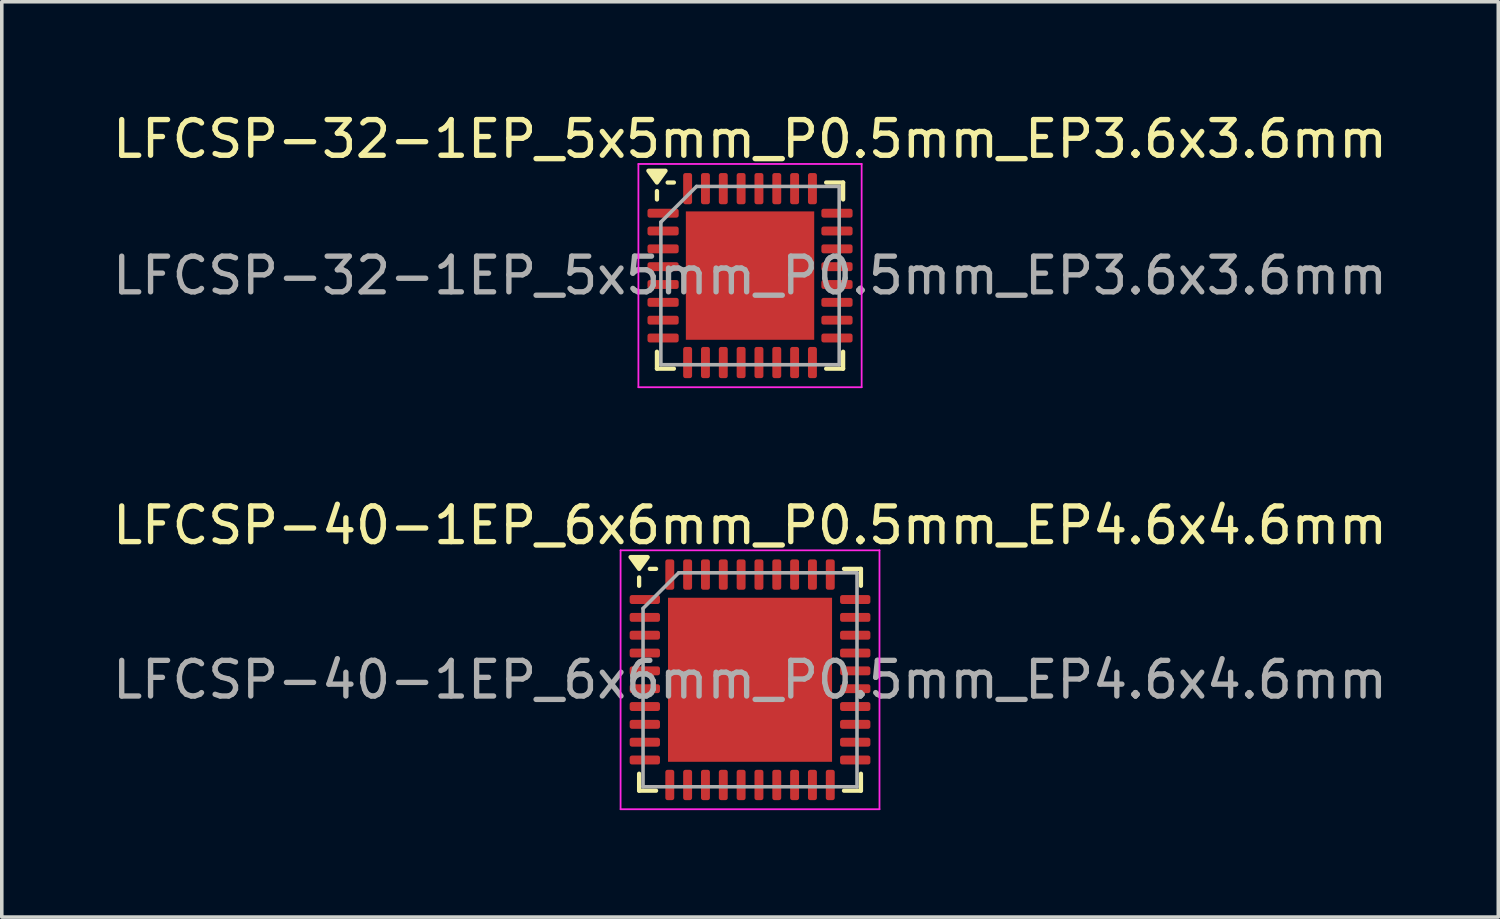
<source format=kicad_pcb>
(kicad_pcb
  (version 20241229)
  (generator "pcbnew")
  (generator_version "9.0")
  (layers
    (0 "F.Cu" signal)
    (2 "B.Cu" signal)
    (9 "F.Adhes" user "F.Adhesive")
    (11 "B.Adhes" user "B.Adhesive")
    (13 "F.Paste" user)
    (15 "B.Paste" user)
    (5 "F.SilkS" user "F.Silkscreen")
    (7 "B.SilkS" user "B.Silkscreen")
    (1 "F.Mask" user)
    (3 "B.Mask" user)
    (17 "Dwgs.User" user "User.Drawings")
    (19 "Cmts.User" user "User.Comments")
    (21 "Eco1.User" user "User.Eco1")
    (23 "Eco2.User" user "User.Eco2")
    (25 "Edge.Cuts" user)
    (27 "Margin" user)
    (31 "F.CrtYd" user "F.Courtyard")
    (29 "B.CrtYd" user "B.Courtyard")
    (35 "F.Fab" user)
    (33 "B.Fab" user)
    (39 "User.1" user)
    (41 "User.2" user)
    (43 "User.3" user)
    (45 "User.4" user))
  (footprint "LFCSP-32-1EP_5x5mm_P0.5mm_EP3.6x3.6mm"
    (layer "F.Cu")
    (at 17.982 4.678)
    (property "Reference" "LFCSP-32-1EP_5x5mm_P0.5mm_EP3.6x3.6mm" (at 0 -3.83 0) (layer "F.SilkS") (effects (font (size 1 1) (thickness 0.15))))
    (attr smd)
    (fp_line (start -2.61 -2.135) (end -2.61 -2.37) (stroke (width 0.12) (type solid)) (layer "F.SilkS"))
    (fp_line (start -2.61 2.61) (end -2.61 2.135) (stroke (width 0.12) (type solid)) (layer "F.SilkS"))
    (fp_line (start -2.135 -2.61) (end -2.31 -2.61) (stroke (width 0.12) (type solid)) (layer "F.SilkS"))
    (fp_line (start -2.135 2.61) (end -2.61 2.61) (stroke (width 0.12) (type solid)) (layer "F.SilkS"))
    (fp_line (start 2.135 -2.61) (end 2.61 -2.61) (stroke (width 0.12) (type solid)) (layer "F.SilkS"))
    (fp_line (start 2.135 2.61) (end 2.61 2.61) (stroke (width 0.12) (type solid)) (layer "F.SilkS"))
    (fp_line (start 2.61 -2.61) (end 2.61 -2.135) (stroke (width 0.12) (type solid)) (layer "F.SilkS"))
    (fp_line (start 2.61 2.61) (end 2.61 2.135) (stroke (width 0.12) (type solid)) (layer "F.SilkS"))
    (fp_poly (pts (xy -2.61 -2.61) (xy -2.85 -2.94) (xy -2.37 -2.94) (xy -2.61 -2.61)) (stroke (width 0.12) (type solid)) (fill yes) (layer "F.SilkS"))
    (fp_line (start -3.13 -3.13) (end -3.13 3.13) (stroke (width 0.05) (type solid)) (layer "F.CrtYd"))
    (fp_line (start -3.13 3.13) (end 3.13 3.13) (stroke (width 0.05) (type solid)) (layer "F.CrtYd"))
    (fp_line (start 3.13 -3.13) (end -3.13 -3.13) (stroke (width 0.05) (type solid)) (layer "F.CrtYd"))
    (fp_line (start 3.13 3.13) (end 3.13 -3.13) (stroke (width 0.05) (type solid)) (layer "F.CrtYd"))
    (fp_line (start -2.5 -1.5) (end -1.5 -2.5) (stroke (width 0.1) (type solid)) (layer "F.Fab"))
    (fp_line (start -2.5 2.5) (end -2.5 -1.5) (stroke (width 0.1) (type solid)) (layer "F.Fab"))
    (fp_line (start -1.5 -2.5) (end 2.5 -2.5) (stroke (width 0.1) (type solid)) (layer "F.Fab"))
    (fp_line (start 2.5 -2.5) (end 2.5 2.5) (stroke (width 0.1) (type solid)) (layer "F.Fab"))
    (fp_line (start 2.5 2.5) (end -2.5 2.5) (stroke (width 0.1) (type solid)) (layer "F.Fab"))
    (fp_text user "${REFERENCE}" (at 0 0 0) (layer "F.Fab") (effects (font (size 1 1) (thickness 0.15))))
    (pad "" smd roundrect (at -0.9 -0.9) (size 1.45 1.45) (layers "F.Paste") (roundrect_rratio 0.172))
    (pad "" smd roundrect (at -0.9 0.9) (size 1.45 1.45) (layers "F.Paste") (roundrect_rratio 0.172))
    (pad "" smd roundrect (at 0.9 -0.9) (size 1.45 1.45) (layers "F.Paste") (roundrect_rratio 0.172))
    (pad "" smd roundrect (at 0.9 0.9) (size 1.45 1.45) (layers "F.Paste") (roundrect_rratio 0.172))
    (pad "1" smd roundrect (at -2.438 -1.75) (size 0.875 0.25) (layers "F.Cu" "F.Mask" "F.Paste") (roundrect_rratio 0.25))
    (pad "2" smd roundrect (at -2.438 -1.25) (size 0.875 0.25) (layers "F.Cu" "F.Mask" "F.Paste") (roundrect_rratio 0.25))
    (pad "3" smd roundrect (at -2.438 -0.75) (size 0.875 0.25) (layers "F.Cu" "F.Mask" "F.Paste") (roundrect_rratio 0.25))
    (pad "4" smd roundrect (at -2.438 -0.25) (size 0.875 0.25) (layers "F.Cu" "F.Mask" "F.Paste") (roundrect_rratio 0.25))
    (pad "5" smd roundrect (at -2.438 0.25) (size 0.875 0.25) (layers "F.Cu" "F.Mask" "F.Paste") (roundrect_rratio 0.25))
    (pad "6" smd roundrect (at -2.438 0.75) (size 0.875 0.25) (layers "F.Cu" "F.Mask" "F.Paste") (roundrect_rratio 0.25))
    (pad "7" smd roundrect (at -2.438 1.25) (size 0.875 0.25) (layers "F.Cu" "F.Mask" "F.Paste") (roundrect_rratio 0.25))
    (pad "8" smd roundrect (at -2.438 1.75) (size 0.875 0.25) (layers "F.Cu" "F.Mask" "F.Paste") (roundrect_rratio 0.25))
    (pad "9" smd roundrect (at -1.75 2.438) (size 0.25 0.875) (layers "F.Cu" "F.Mask" "F.Paste") (roundrect_rratio 0.25))
    (pad "10" smd roundrect (at -1.25 2.438) (size 0.25 0.875) (layers "F.Cu" "F.Mask" "F.Paste") (roundrect_rratio 0.25))
    (pad "11" smd roundrect (at -0.75 2.438) (size 0.25 0.875) (layers "F.Cu" "F.Mask" "F.Paste") (roundrect_rratio 0.25))
    (pad "12" smd roundrect (at -0.25 2.438) (size 0.25 0.875) (layers "F.Cu" "F.Mask" "F.Paste") (roundrect_rratio 0.25))
    (pad "13" smd roundrect (at 0.25 2.438) (size 0.25 0.875) (layers "F.Cu" "F.Mask" "F.Paste") (roundrect_rratio 0.25))
    (pad "14" smd roundrect (at 0.75 2.438) (size 0.25 0.875) (layers "F.Cu" "F.Mask" "F.Paste") (roundrect_rratio 0.25))
    (pad "15" smd roundrect (at 1.25 2.438) (size 0.25 0.875) (layers "F.Cu" "F.Mask" "F.Paste") (roundrect_rratio 0.25))
    (pad "16" smd roundrect (at 1.75 2.438) (size 0.25 0.875) (layers "F.Cu" "F.Mask" "F.Paste") (roundrect_rratio 0.25))
    (pad "17" smd roundrect (at 2.438 1.75) (size 0.875 0.25) (layers "F.Cu" "F.Mask" "F.Paste") (roundrect_rratio 0.25))
    (pad "18" smd roundrect (at 2.438 1.25) (size 0.875 0.25) (layers "F.Cu" "F.Mask" "F.Paste") (roundrect_rratio 0.25))
    (pad "19" smd roundrect (at 2.438 0.75) (size 0.875 0.25) (layers "F.Cu" "F.Mask" "F.Paste") (roundrect_rratio 0.25))
    (pad "20" smd roundrect (at 2.438 0.25) (size 0.875 0.25) (layers "F.Cu" "F.Mask" "F.Paste") (roundrect_rratio 0.25))
    (pad "21" smd roundrect (at 2.438 -0.25) (size 0.875 0.25) (layers "F.Cu" "F.Mask" "F.Paste") (roundrect_rratio 0.25))
    (pad "22" smd roundrect (at 2.438 -0.75) (size 0.875 0.25) (layers "F.Cu" "F.Mask" "F.Paste") (roundrect_rratio 0.25))
    (pad "23" smd roundrect (at 2.438 -1.25) (size 0.875 0.25) (layers "F.Cu" "F.Mask" "F.Paste") (roundrect_rratio 0.25))
    (pad "24" smd roundrect (at 2.438 -1.75) (size 0.875 0.25) (layers "F.Cu" "F.Mask" "F.Paste") (roundrect_rratio 0.25))
    (pad "25" smd roundrect (at 1.75 -2.438) (size 0.25 0.875) (layers "F.Cu" "F.Mask" "F.Paste") (roundrect_rratio 0.25))
    (pad "26" smd roundrect (at 1.25 -2.438) (size 0.25 0.875) (layers "F.Cu" "F.Mask" "F.Paste") (roundrect_rratio 0.25))
    (pad "27" smd roundrect (at 0.75 -2.438) (size 0.25 0.875) (layers "F.Cu" "F.Mask" "F.Paste") (roundrect_rratio 0.25))
    (pad "28" smd roundrect (at 0.25 -2.438) (size 0.25 0.875) (layers "F.Cu" "F.Mask" "F.Paste") (roundrect_rratio 0.25))
    (pad "29" smd roundrect (at -0.25 -2.438) (size 0.25 0.875) (layers "F.Cu" "F.Mask" "F.Paste") (roundrect_rratio 0.25))
    (pad "30" smd roundrect (at -0.75 -2.438) (size 0.25 0.875) (layers "F.Cu" "F.Mask" "F.Paste") (roundrect_rratio 0.25))
    (pad "31" smd roundrect (at -1.25 -2.438) (size 0.25 0.875) (layers "F.Cu" "F.Mask" "F.Paste") (roundrect_rratio 0.25))
    (pad "32" smd roundrect (at -1.75 -2.438) (size 0.25 0.875) (layers "F.Cu" "F.Mask" "F.Paste") (roundrect_rratio 0.25))
    (pad "33" smd rect (at 0 0) (size 3.6 3.6) (property pad_prop_heatsink) (layers "F.Cu" "F.Mask")))
  (footprint "LFCSP-40-1EP_6x6mm_P0.5mm_EP4.6x4.6mm"
    (layer "F.Cu")
    (at 17.982 16.012)
    (property "Reference" "LFCSP-40-1EP_6x6mm_P0.5mm_EP4.6x4.6mm" (at 0 -4.33 0) (layer "F.SilkS") (effects (font (size 1 1) (thickness 0.15))))
    (attr smd)
    (fp_line (start -3.11 -2.635) (end -3.11 -2.87) (stroke (width 0.12) (type solid)) (layer "F.SilkS"))
    (fp_line (start -3.11 3.11) (end -3.11 2.635) (stroke (width 0.12) (type solid)) (layer "F.SilkS"))
    (fp_line (start -2.635 -3.11) (end -2.81 -3.11) (stroke (width 0.12) (type solid)) (layer "F.SilkS"))
    (fp_line (start -2.635 3.11) (end -3.11 3.11) (stroke (width 0.12) (type solid)) (layer "F.SilkS"))
    (fp_line (start 2.635 -3.11) (end 3.11 -3.11) (stroke (width 0.12) (type solid)) (layer "F.SilkS"))
    (fp_line (start 2.635 3.11) (end 3.11 3.11) (stroke (width 0.12) (type solid)) (layer "F.SilkS"))
    (fp_line (start 3.11 -3.11) (end 3.11 -2.635) (stroke (width 0.12) (type solid)) (layer "F.SilkS"))
    (fp_line (start 3.11 3.11) (end 3.11 2.635) (stroke (width 0.12) (type solid)) (layer "F.SilkS"))
    (fp_poly (pts (xy -3.11 -3.11) (xy -3.35 -3.44) (xy -2.87 -3.44) (xy -3.11 -3.11)) (stroke (width 0.12) (type solid)) (fill yes) (layer "F.SilkS"))
    (fp_line (start -3.63 -3.63) (end -3.63 3.63) (stroke (width 0.05) (type solid)) (layer "F.CrtYd"))
    (fp_line (start -3.63 3.63) (end 3.63 3.63) (stroke (width 0.05) (type solid)) (layer "F.CrtYd"))
    (fp_line (start 3.63 -3.63) (end -3.63 -3.63) (stroke (width 0.05) (type solid)) (layer "F.CrtYd"))
    (fp_line (start 3.63 3.63) (end 3.63 -3.63) (stroke (width 0.05) (type solid)) (layer "F.CrtYd"))
    (fp_line (start -3 -2) (end -2 -3) (stroke (width 0.1) (type solid)) (layer "F.Fab"))
    (fp_line (start -3 3) (end -3 -2) (stroke (width 0.1) (type solid)) (layer "F.Fab"))
    (fp_line (start -2 -3) (end 3 -3) (stroke (width 0.1) (type solid)) (layer "F.Fab"))
    (fp_line (start 3 -3) (end 3 3) (stroke (width 0.1) (type solid)) (layer "F.Fab"))
    (fp_line (start 3 3) (end -3 3) (stroke (width 0.1) (type solid)) (layer "F.Fab"))
    (fp_text user "${REFERENCE}" (at 0 0 0) (layer "F.Fab") (effects (font (size 1 1) (thickness 0.15))))
    (pad "" smd roundrect (at -1.15 -1.15) (size 1.85 1.85) (layers "F.Paste") (roundrect_rratio 0.135))
    (pad "" smd roundrect (at -1.15 1.15) (size 1.85 1.85) (layers "F.Paste") (roundrect_rratio 0.135))
    (pad "" smd roundrect (at 1.15 -1.15) (size 1.85 1.85) (layers "F.Paste") (roundrect_rratio 0.135))
    (pad "" smd roundrect (at 1.15 1.15) (size 1.85 1.85) (layers "F.Paste") (roundrect_rratio 0.135))
    (pad "1" smd roundrect (at -2.95 -2.25) (size 0.85 0.25) (layers "F.Cu" "F.Mask" "F.Paste") (roundrect_rratio 0.25))
    (pad "2" smd roundrect (at -2.95 -1.75) (size 0.85 0.25) (layers "F.Cu" "F.Mask" "F.Paste") (roundrect_rratio 0.25))
    (pad "3" smd roundrect (at -2.95 -1.25) (size 0.85 0.25) (layers "F.Cu" "F.Mask" "F.Paste") (roundrect_rratio 0.25))
    (pad "4" smd roundrect (at -2.95 -0.75) (size 0.85 0.25) (layers "F.Cu" "F.Mask" "F.Paste") (roundrect_rratio 0.25))
    (pad "5" smd roundrect (at -2.95 -0.25) (size 0.85 0.25) (layers "F.Cu" "F.Mask" "F.Paste") (roundrect_rratio 0.25))
    (pad "6" smd roundrect (at -2.95 0.25) (size 0.85 0.25) (layers "F.Cu" "F.Mask" "F.Paste") (roundrect_rratio 0.25))
    (pad "7" smd roundrect (at -2.95 0.75) (size 0.85 0.25) (layers "F.Cu" "F.Mask" "F.Paste") (roundrect_rratio 0.25))
    (pad "8" smd roundrect (at -2.95 1.25) (size 0.85 0.25) (layers "F.Cu" "F.Mask" "F.Paste") (roundrect_rratio 0.25))
    (pad "9" smd roundrect (at -2.95 1.75) (size 0.85 0.25) (layers "F.Cu" "F.Mask" "F.Paste") (roundrect_rratio 0.25))
    (pad "10" smd roundrect (at -2.95 2.25) (size 0.85 0.25) (layers "F.Cu" "F.Mask" "F.Paste") (roundrect_rratio 0.25))
    (pad "11" smd roundrect (at -2.25 2.95) (size 0.25 0.85) (layers "F.Cu" "F.Mask" "F.Paste") (roundrect_rratio 0.25))
    (pad "12" smd roundrect (at -1.75 2.95) (size 0.25 0.85) (layers "F.Cu" "F.Mask" "F.Paste") (roundrect_rratio 0.25))
    (pad "13" smd roundrect (at -1.25 2.95) (size 0.25 0.85) (layers "F.Cu" "F.Mask" "F.Paste") (roundrect_rratio 0.25))
    (pad "14" smd roundrect (at -0.75 2.95) (size 0.25 0.85) (layers "F.Cu" "F.Mask" "F.Paste") (roundrect_rratio 0.25))
    (pad "15" smd roundrect (at -0.25 2.95) (size 0.25 0.85) (layers "F.Cu" "F.Mask" "F.Paste") (roundrect_rratio 0.25))
    (pad "16" smd roundrect (at 0.25 2.95) (size 0.25 0.85) (layers "F.Cu" "F.Mask" "F.Paste") (roundrect_rratio 0.25))
    (pad "17" smd roundrect (at 0.75 2.95) (size 0.25 0.85) (layers "F.Cu" "F.Mask" "F.Paste") (roundrect_rratio 0.25))
    (pad "18" smd roundrect (at 1.25 2.95) (size 0.25 0.85) (layers "F.Cu" "F.Mask" "F.Paste") (roundrect_rratio 0.25))
    (pad "19" smd roundrect (at 1.75 2.95) (size 0.25 0.85) (layers "F.Cu" "F.Mask" "F.Paste") (roundrect_rratio 0.25))
    (pad "20" smd roundrect (at 2.25 2.95) (size 0.25 0.85) (layers "F.Cu" "F.Mask" "F.Paste") (roundrect_rratio 0.25))
    (pad "21" smd roundrect (at 2.95 2.25) (size 0.85 0.25) (layers "F.Cu" "F.Mask" "F.Paste") (roundrect_rratio 0.25))
    (pad "22" smd roundrect (at 2.95 1.75) (size 0.85 0.25) (layers "F.Cu" "F.Mask" "F.Paste") (roundrect_rratio 0.25))
    (pad "23" smd roundrect (at 2.95 1.25) (size 0.85 0.25) (layers "F.Cu" "F.Mask" "F.Paste") (roundrect_rratio 0.25))
    (pad "24" smd roundrect (at 2.95 0.75) (size 0.85 0.25) (layers "F.Cu" "F.Mask" "F.Paste") (roundrect_rratio 0.25))
    (pad "25" smd roundrect (at 2.95 0.25) (size 0.85 0.25) (layers "F.Cu" "F.Mask" "F.Paste") (roundrect_rratio 0.25))
    (pad "26" smd roundrect (at 2.95 -0.25) (size 0.85 0.25) (layers "F.Cu" "F.Mask" "F.Paste") (roundrect_rratio 0.25))
    (pad "27" smd roundrect (at 2.95 -0.75) (size 0.85 0.25) (layers "F.Cu" "F.Mask" "F.Paste") (roundrect_rratio 0.25))
    (pad "28" smd roundrect (at 2.95 -1.25) (size 0.85 0.25) (layers "F.Cu" "F.Mask" "F.Paste") (roundrect_rratio 0.25))
    (pad "29" smd roundrect (at 2.95 -1.75) (size 0.85 0.25) (layers "F.Cu" "F.Mask" "F.Paste") (roundrect_rratio 0.25))
    (pad "30" smd roundrect (at 2.95 -2.25) (size 0.85 0.25) (layers "F.Cu" "F.Mask" "F.Paste") (roundrect_rratio 0.25))
    (pad "31" smd roundrect (at 2.25 -2.95) (size 0.25 0.85) (layers "F.Cu" "F.Mask" "F.Paste") (roundrect_rratio 0.25))
    (pad "32" smd roundrect (at 1.75 -2.95) (size 0.25 0.85) (layers "F.Cu" "F.Mask" "F.Paste") (roundrect_rratio 0.25))
    (pad "33" smd roundrect (at 1.25 -2.95) (size 0.25 0.85) (layers "F.Cu" "F.Mask" "F.Paste") (roundrect_rratio 0.25))
    (pad "34" smd roundrect (at 0.75 -2.95) (size 0.25 0.85) (layers "F.Cu" "F.Mask" "F.Paste") (roundrect_rratio 0.25))
    (pad "35" smd roundrect (at 0.25 -2.95) (size 0.25 0.85) (layers "F.Cu" "F.Mask" "F.Paste") (roundrect_rratio 0.25))
    (pad "36" smd roundrect (at -0.25 -2.95) (size 0.25 0.85) (layers "F.Cu" "F.Mask" "F.Paste") (roundrect_rratio 0.25))
    (pad "37" smd roundrect (at -0.75 -2.95) (size 0.25 0.85) (layers "F.Cu" "F.Mask" "F.Paste") (roundrect_rratio 0.25))
    (pad "38" smd roundrect (at -1.25 -2.95) (size 0.25 0.85) (layers "F.Cu" "F.Mask" "F.Paste") (roundrect_rratio 0.25))
    (pad "39" smd roundrect (at -1.75 -2.95) (size 0.25 0.85) (layers "F.Cu" "F.Mask" "F.Paste") (roundrect_rratio 0.25))
    (pad "40" smd roundrect (at -2.25 -2.95) (size 0.25 0.85) (layers "F.Cu" "F.Mask" "F.Paste") (roundrect_rratio 0.25))
    (pad "41" smd rect (at 0 0) (size 4.6 4.6) (property pad_prop_heatsink) (layers "F.Cu" "F.Mask")))
  (gr_rect
    (start -3 -3)
    (end 38.964 22.666)
    (stroke (width 0.1) (type default))
    (fill no)
    (layer "Edge.Cuts")))
</source>
